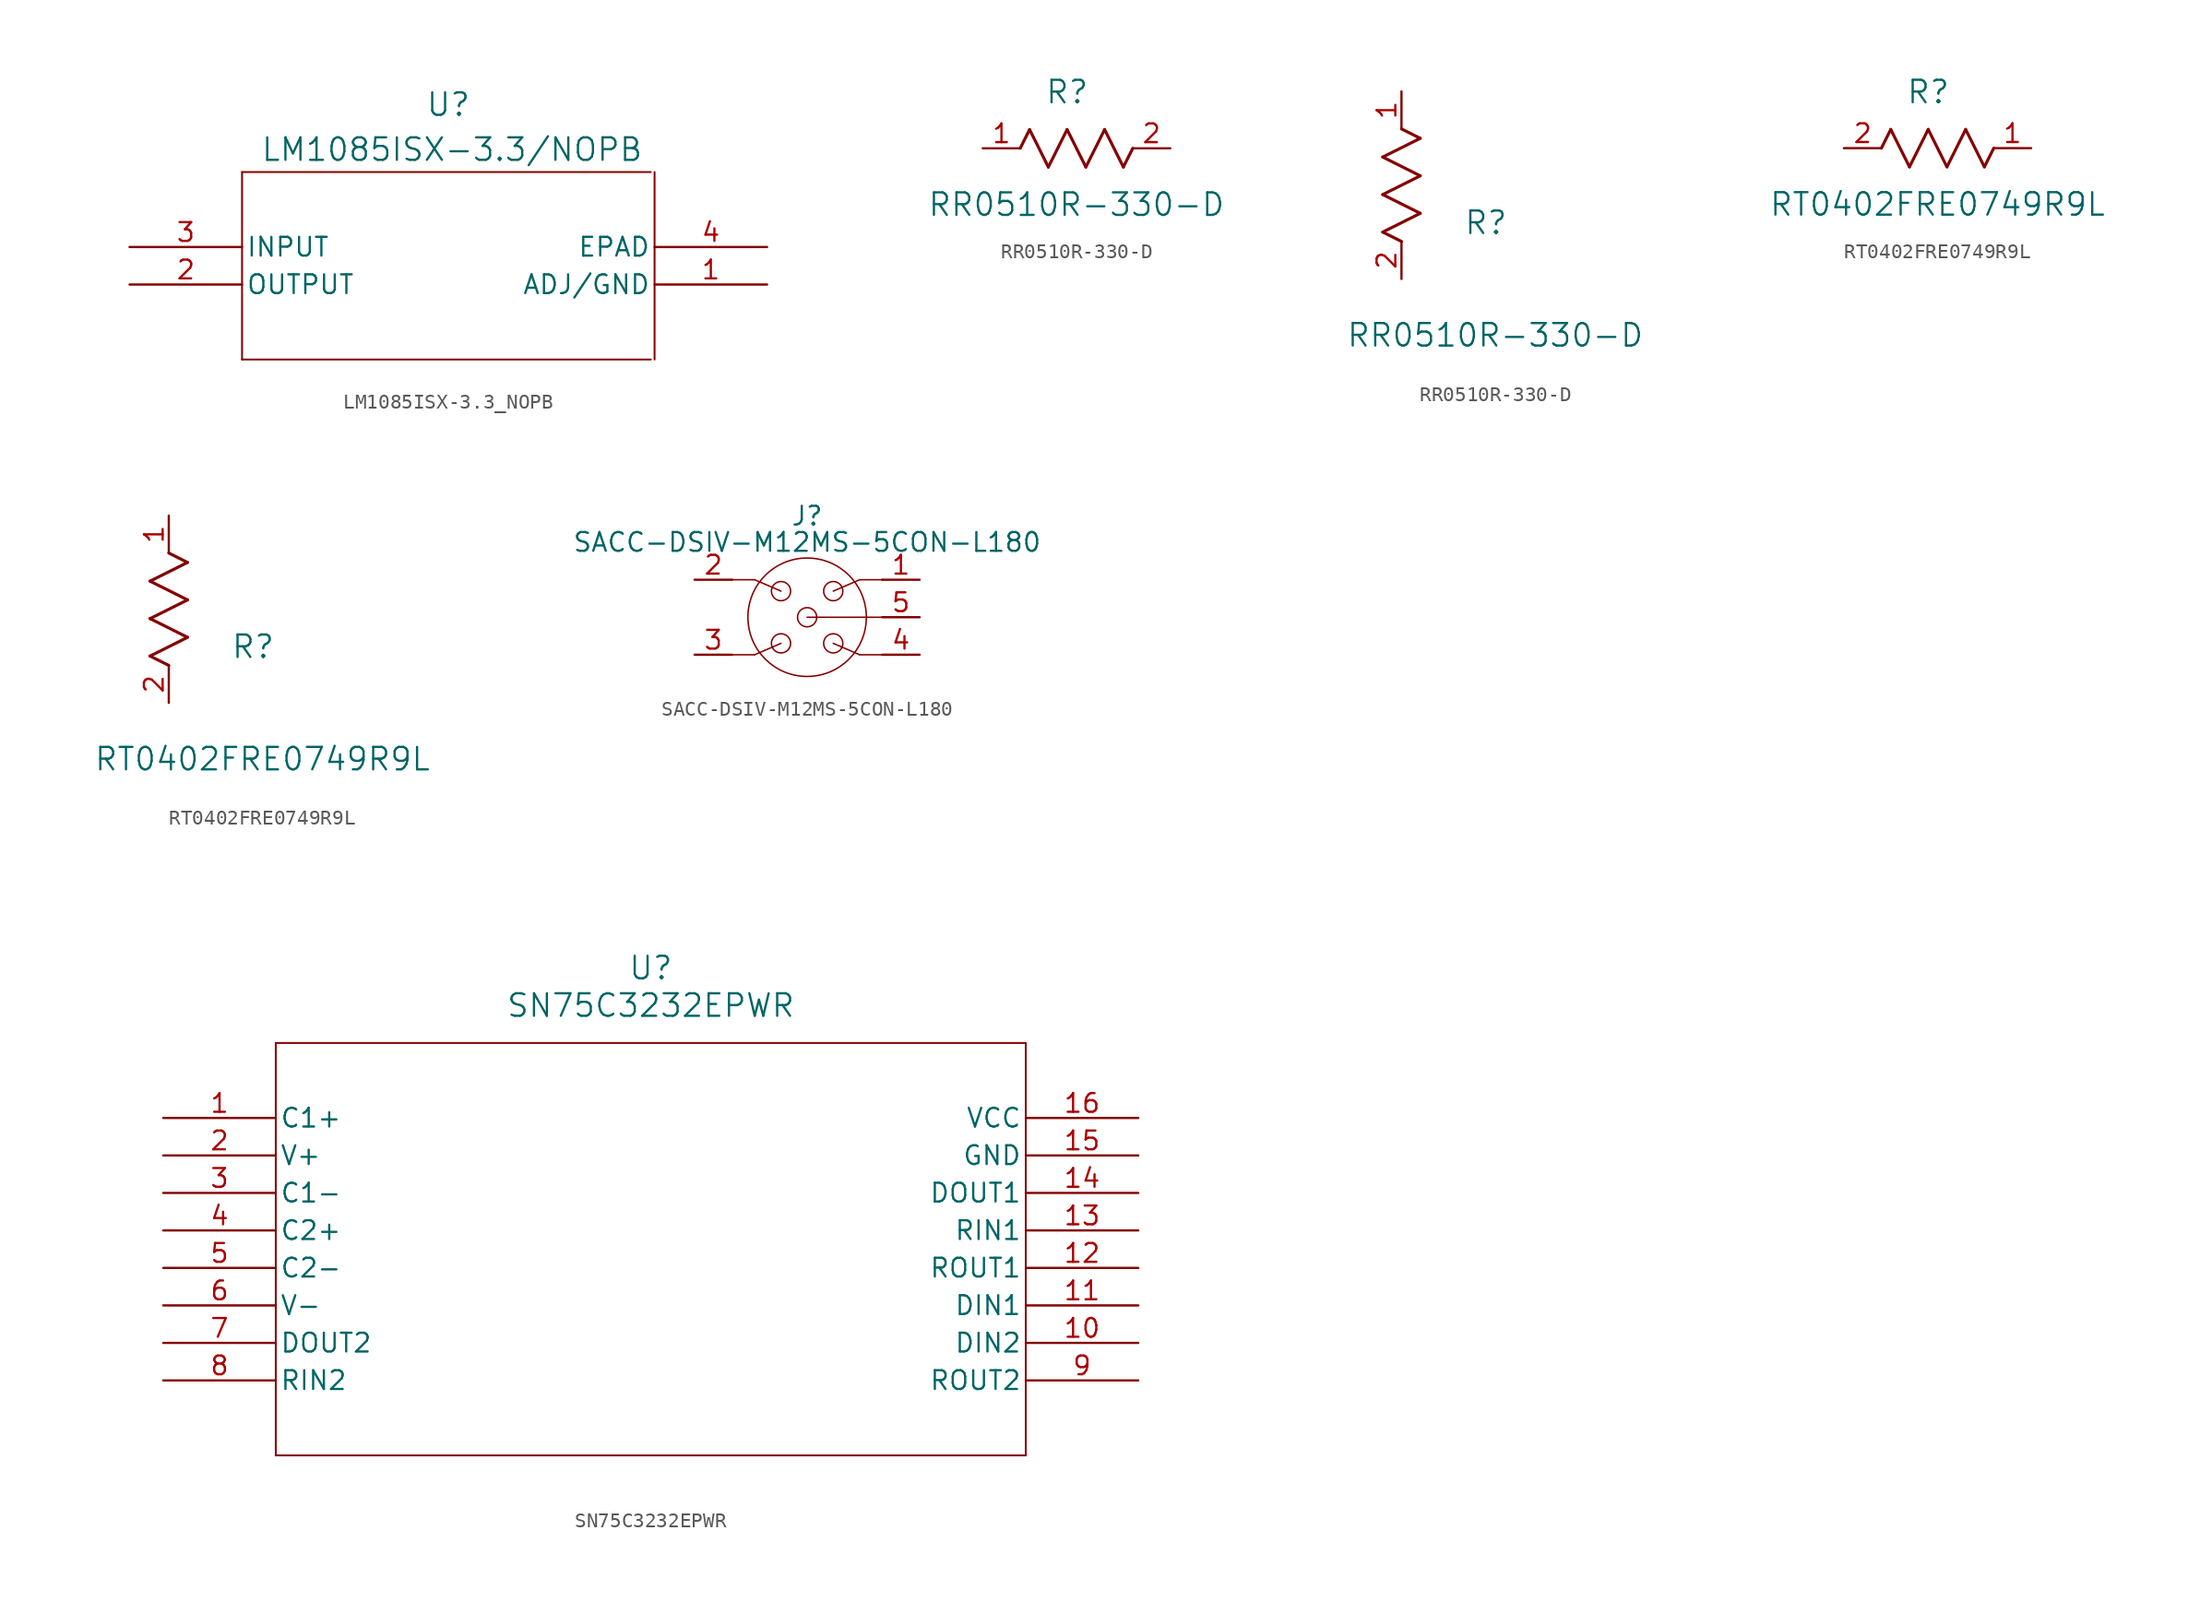
<source format=kicad_sym>
(kicad_symbol_lib
  (version 20231120)
  (generator "kicad_symbol_editor")
  (generator_version "8.0")
  (symbol "LM1085ISX-3.3_NOPB"
    (pin_names
      (offset 0.254))
    (property "Reference" "U"
      (at 21.59 9.652 0)
      (effects (font (size 1.524 1.524))))
    (property "Value" "LM1085ISX-3.3/NOPB"
      (at 21.844 6.604 0)
      (effects (font (size 1.524 1.524))))
    (property "ki_locked" ""
      (at 0 0 0)
      (effects (font (size 1.27 1.27))))
    (symbol "LM1085ISX-3.3_NOPB_0_1"
      (polyline (pts (xy 7.62 -7.62) (xy 35.306 -7.62)) (stroke (width 0.127) (type default)) (fill (type none)))
      (polyline (pts (xy 7.62 5.08) (xy 7.62 -7.62)) (stroke (width 0.127) (type default)) (fill (type none)))
      (polyline (pts (xy 35.306 5.08) (xy 7.62 5.08)) (stroke (width 0.127) (type default)) (fill (type none)))
      (polyline (pts (xy 35.56 -7.62) (xy 35.56 5.08)) (stroke (width 0.127) (type default)) (fill (type none)))
      (pin output line (at 0 -2.54 0) (length 7.62) (name "OUTPUT" (effects (font (size 1.27 1.27)))) (number "2" (effects (font (size 1.27 1.27)))))
      (pin unspecified line (at 43.18 0 180) (length 7.62) (name "EPAD" (effects (font (size 1.27 1.27)))) (number "4" (effects (font (size 1.27 1.27))))))
    (symbol "LM1085ISX-3.3_NOPB_1_1"
      (pin unspecified line (at 43.18 -2.54 180) (length 7.62) (name "ADJ/GND" (effects (font (size 1.27 1.27)))) (number "1" (effects (font (size 1.27 1.27)))))
      (pin input line (at 0 0 0) (length 7.62) (name "INPUT" (effects (font (size 1.27 1.27)))) (number "3" (effects (font (size 1.27 1.27)))))))
  (symbol "RR0510R-330-D"
    (pin_names
      (offset 0.254))
    (property "Reference" "R"
      (at 5.715 3.81 0)
      (effects (font (size 1.524 1.524))))
    (property "Value" "RR0510R-330-D"
      (at 6.35 -3.81 0)
      (effects (font (size 1.524 1.524))))
    (property "ki_locked" ""
      (at 0 0 0)
      (effects (font (size 1.27 1.27))))
    (symbol "RR0510R-330-D_1_1"
      (polyline (pts (xy 2.54 0) (xy 3.175 1.27)) (stroke (width 0.203) (type default)) (fill (type none)))
      (polyline (pts (xy 3.175 1.27) (xy 4.445 -1.27)) (stroke (width 0.203) (type default)) (fill (type none)))
      (polyline (pts (xy 4.445 -1.27) (xy 5.715 1.27)) (stroke (width 0.203) (type default)) (fill (type none)))
      (polyline (pts (xy 5.715 1.27) (xy 6.985 -1.27)) (stroke (width 0.203) (type default)) (fill (type none)))
      (polyline (pts (xy 6.985 -1.27) (xy 8.255 1.27)) (stroke (width 0.203) (type default)) (fill (type none)))
      (polyline (pts (xy 8.255 1.27) (xy 9.525 -1.27)) (stroke (width 0.203) (type default)) (fill (type none)))
      (polyline (pts (xy 9.525 -1.27) (xy 10.16 0)) (stroke (width 0.203) (type default)) (fill (type none)))
      (pin unspecified line (at 0 0 0) (length 2.54) (name "" (effects (font (size 1.27 1.27)))) (number "1" (effects (font (size 1.27 1.27)))))
      (pin unspecified line (at 12.7 0 180) (length 2.54) (name "" (effects (font (size 1.27 1.27)))) (number "2" (effects (font (size 1.27 1.27))))))
    (symbol "RR0510R-330-D_1_2"
      (polyline (pts (xy -1.27 3.175) (xy 1.27 4.445)) (stroke (width 0.203) (type default)) (fill (type none)))
      (polyline (pts (xy -1.27 5.715) (xy 1.27 6.985)) (stroke (width 0.203) (type default)) (fill (type none)))
      (polyline (pts (xy -1.27 8.255) (xy 1.27 9.525)) (stroke (width 0.203) (type default)) (fill (type none)))
      (polyline (pts (xy 0 2.54) (xy -1.27 3.175)) (stroke (width 0.203) (type default)) (fill (type none)))
      (polyline (pts (xy 1.27 4.445) (xy -1.27 5.715)) (stroke (width 0.203) (type default)) (fill (type none)))
      (polyline (pts (xy 1.27 6.985) (xy -1.27 8.255)) (stroke (width 0.203) (type default)) (fill (type none)))
      (polyline (pts (xy 1.27 9.525) (xy 0 10.16)) (stroke (width 0.203) (type default)) (fill (type none)))
      (pin unspecified line (at 0 12.7 270) (length 2.54) (name "" (effects (font (size 1.27 1.27)))) (number "1" (effects (font (size 1.27 1.27)))))
      (pin unspecified line (at 0 0 90) (length 2.54) (name "" (effects (font (size 1.27 1.27)))) (number "2" (effects (font (size 1.27 1.27)))))))
  (symbol "RT0402FRE0749R9L"
    (pin_names
      (offset 0.254))
    (property "Reference" "R"
      (at 5.715 3.81 0)
      (effects (font (size 1.524 1.524))))
    (property "Value" "RT0402FRE0749R9L"
      (at 6.35 -3.81 0)
      (effects (font (size 1.524 1.524))))
    (property "ki_locked" ""
      (at 0 0 0)
      (effects (font (size 1.27 1.27))))
    (symbol "RT0402FRE0749R9L_1_1"
      (polyline (pts (xy 2.54 0) (xy 3.175 1.27)) (stroke (width 0.203) (type default)) (fill (type none)))
      (polyline (pts (xy 3.175 1.27) (xy 4.445 -1.27)) (stroke (width 0.203) (type default)) (fill (type none)))
      (polyline (pts (xy 4.445 -1.27) (xy 5.715 1.27)) (stroke (width 0.203) (type default)) (fill (type none)))
      (polyline (pts (xy 5.715 1.27) (xy 6.985 -1.27)) (stroke (width 0.203) (type default)) (fill (type none)))
      (polyline (pts (xy 6.985 -1.27) (xy 8.255 1.27)) (stroke (width 0.203) (type default)) (fill (type none)))
      (polyline (pts (xy 8.255 1.27) (xy 9.525 -1.27)) (stroke (width 0.203) (type default)) (fill (type none)))
      (polyline (pts (xy 9.525 -1.27) (xy 10.16 0)) (stroke (width 0.203) (type default)) (fill (type none)))
      (pin unspecified line (at 12.7 0 180) (length 2.54) (name "" (effects (font (size 1.27 1.27)))) (number "1" (effects (font (size 1.27 1.27)))))
      (pin unspecified line (at 0 0 0) (length 2.54) (name "" (effects (font (size 1.27 1.27)))) (number "2" (effects (font (size 1.27 1.27))))))
    (symbol "RT0402FRE0749R9L_1_2"
      (polyline (pts (xy -1.27 3.175) (xy 1.27 4.445)) (stroke (width 0.203) (type default)) (fill (type none)))
      (polyline (pts (xy -1.27 5.715) (xy 1.27 6.985)) (stroke (width 0.203) (type default)) (fill (type none)))
      (polyline (pts (xy -1.27 8.255) (xy 1.27 9.525)) (stroke (width 0.203) (type default)) (fill (type none)))
      (polyline (pts (xy 0 2.54) (xy -1.27 3.175)) (stroke (width 0.203) (type default)) (fill (type none)))
      (polyline (pts (xy 1.27 4.445) (xy -1.27 5.715)) (stroke (width 0.203) (type default)) (fill (type none)))
      (polyline (pts (xy 1.27 6.985) (xy -1.27 8.255)) (stroke (width 0.203) (type default)) (fill (type none)))
      (polyline (pts (xy 1.27 9.525) (xy 0 10.16)) (stroke (width 0.203) (type default)) (fill (type none)))
      (pin unspecified line (at 0 12.7 270) (length 2.54) (name "" (effects (font (size 1.27 1.27)))) (number "1" (effects (font (size 1.27 1.27)))))
      (pin unspecified line (at 0 0 90) (length 2.54) (name "" (effects (font (size 1.27 1.27)))) (number "2" (effects (font (size 1.27 1.27)))))))
  (symbol "SACC-DSIV-M12MS-5CON-L180"
    (pin_names hide)
    (property "Reference" "J"
      (at 0 6.858 0)
      (effects (font (size 1.27 1.27))))
    (property "Value" "SACC-DSIV-M12MS-5CON-L180"
      (at 0 5.08 0)
      (effects (font (size 1.27 1.27))))
    (symbol "SACC-DSIV-M12MS-5CON-L180_1_0"
      (circle (center -1.768 -1.768) (radius 0.65) (stroke (width 0.1) (type default)) (fill (type none)))
      (circle (center -1.768 1.768) (radius 0.65) (stroke (width 0.1) (type default)) (fill (type none)))
      (polyline (pts (xy -3.556 -2.54) (xy -5.186 -2.54)) (stroke (width 0.1) (type default)) (fill (type none)))
      (polyline (pts (xy -3.556 2.54) (xy -5.156 2.54)) (stroke (width 0.1) (type default)) (fill (type none)))
      (polyline (pts (xy -1.768 -1.768) (xy -3.556 -2.54)) (stroke (width 0.1) (type default)) (fill (type none)))
      (polyline (pts (xy -1.768 1.768) (xy -3.556 2.54)) (stroke (width 0.1) (type default)) (fill (type none)))
      (polyline (pts (xy 0 0) (xy 5.048 0)) (stroke (width 0.1) (type default)) (fill (type none)))
      (polyline (pts (xy 1.768 -1.768) (xy 3.556 -2.54)) (stroke (width 0.1) (type default)) (fill (type none)))
      (polyline (pts (xy 1.768 1.768) (xy 3.556 2.54)) (stroke (width 0.1) (type default)) (fill (type none)))
      (polyline (pts (xy 3.556 -2.54) (xy 5.156 -2.54)) (stroke (width 0.1) (type default)) (fill (type none)))
      (polyline (pts (xy 3.556 2.54) (xy 5.156 2.54)) (stroke (width 0.1) (type default)) (fill (type none)))
      (circle (center 0 0) (radius 0.65) (stroke (width 0.1) (type default)) (fill (type none)))
      (circle (center 0 0) (radius 4.01) (stroke (width 0.1) (type default)) (fill (type none)))
      (circle (center 1.768 -1.768) (radius 0.65) (stroke (width 0.1) (type default)) (fill (type none)))
      (circle (center 1.768 1.768) (radius 0.65) (stroke (width 0.1) (type default)) (fill (type none))))
    (symbol "SACC-DSIV-M12MS-5CON-L180_1_1"
      (pin passive line (at 7.62 2.54 180) (length 2.54) (name "" (effects (font (size 1.27 1.27)))) (number "1" (effects (font (size 1.27 1.27)))))
      (pin passive line (at -7.62 2.54 0) (length 2.54) (name "" (effects (font (size 1.27 1.27)))) (number "2" (effects (font (size 1.27 1.27)))))
      (pin passive line (at -7.62 -2.54 0) (length 2.54) (name "" (effects (font (size 1.27 1.27)))) (number "3" (effects (font (size 1.27 1.27)))))
      (pin passive line (at 7.62 -2.54 180) (length 2.54) (name "" (effects (font (size 1.27 1.27)))) (number "4" (effects (font (size 1.27 1.27)))))
      (pin passive line (at 7.62 0 180) (length 2.54) (name "" (effects (font (size 1.27 1.27)))) (number "5" (effects (font (size 1.27 1.27)))))))
  (symbol "SN75C3232EPWR"
    (pin_names
      (offset 0.254))
    (property "Reference" "U"
      (at 33.02 10.16 0)
      (effects (font (size 1.524 1.524))))
    (property "Value" "SN75C3232EPWR"
      (at 33.02 7.62 0)
      (effects (font (size 1.524 1.524))))
    (property "ki_locked" ""
      (at 0 0 0)
      (effects (font (size 1.27 1.27))))
    (symbol "SN75C3232EPWR_0_1"
      (polyline (pts (xy 7.62 -22.86) (xy 58.42 -22.86)) (stroke (width 0.127) (type default)) (fill (type none)))
      (polyline (pts (xy 7.62 5.08) (xy 7.62 -22.86)) (stroke (width 0.127) (type default)) (fill (type none)))
      (polyline (pts (xy 58.42 -22.86) (xy 58.42 5.08)) (stroke (width 0.127) (type default)) (fill (type none)))
      (polyline (pts (xy 58.42 5.08) (xy 7.62 5.08)) (stroke (width 0.127) (type default)) (fill (type none)))
      (pin input line (at 0 0 0) (length 7.62) (name "C1+" (effects (font (size 1.27 1.27)))) (number "1" (effects (font (size 1.27 1.27)))))
      (pin input line (at 66.04 -15.24 180) (length 7.62) (name "DIN2" (effects (font (size 1.27 1.27)))) (number "10" (effects (font (size 1.27 1.27)))))
      (pin input line (at 66.04 -12.7 180) (length 7.62) (name "DIN1" (effects (font (size 1.27 1.27)))) (number "11" (effects (font (size 1.27 1.27)))))
      (pin output line (at 66.04 -10.16 180) (length 7.62) (name "ROUT1" (effects (font (size 1.27 1.27)))) (number "12" (effects (font (size 1.27 1.27)))))
      (pin input line (at 66.04 -7.62 180) (length 7.62) (name "RIN1" (effects (font (size 1.27 1.27)))) (number "13" (effects (font (size 1.27 1.27)))))
      (pin output line (at 66.04 -5.08 180) (length 7.62) (name "DOUT1" (effects (font (size 1.27 1.27)))) (number "14" (effects (font (size 1.27 1.27)))))
      (pin power_in line (at 66.04 -2.54 180) (length 7.62) (name "GND" (effects (font (size 1.27 1.27)))) (number "15" (effects (font (size 1.27 1.27)))))
      (pin power_in line (at 66.04 0 180) (length 7.62) (name "VCC" (effects (font (size 1.27 1.27)))) (number "16" (effects (font (size 1.27 1.27)))))
      (pin power_in line (at 0 -2.54 0) (length 7.62) (name "V+" (effects (font (size 1.27 1.27)))) (number "2" (effects (font (size 1.27 1.27)))))
      (pin input line (at 0 -5.08 0) (length 7.62) (name "C1-" (effects (font (size 1.27 1.27)))) (number "3" (effects (font (size 1.27 1.27)))))
      (pin input line (at 0 -7.62 0) (length 7.62) (name "C2+" (effects (font (size 1.27 1.27)))) (number "4" (effects (font (size 1.27 1.27)))))
      (pin input line (at 0 -10.16 0) (length 7.62) (name "C2-" (effects (font (size 1.27 1.27)))) (number "5" (effects (font (size 1.27 1.27)))))
      (pin power_in line (at 0 -12.7 0) (length 7.62) (name "V-" (effects (font (size 1.27 1.27)))) (number "6" (effects (font (size 1.27 1.27)))))
      (pin output line (at 0 -15.24 0) (length 7.62) (name "DOUT2" (effects (font (size 1.27 1.27)))) (number "7" (effects (font (size 1.27 1.27)))))
      (pin input line (at 0 -17.78 0) (length 7.62) (name "RIN2" (effects (font (size 1.27 1.27)))) (number "8" (effects (font (size 1.27 1.27)))))
      (pin output line (at 66.04 -17.78 180) (length 7.62) (name "ROUT2" (effects (font (size 1.27 1.27)))) (number "9" (effects (font (size 1.27 1.27))))))))
</source>
